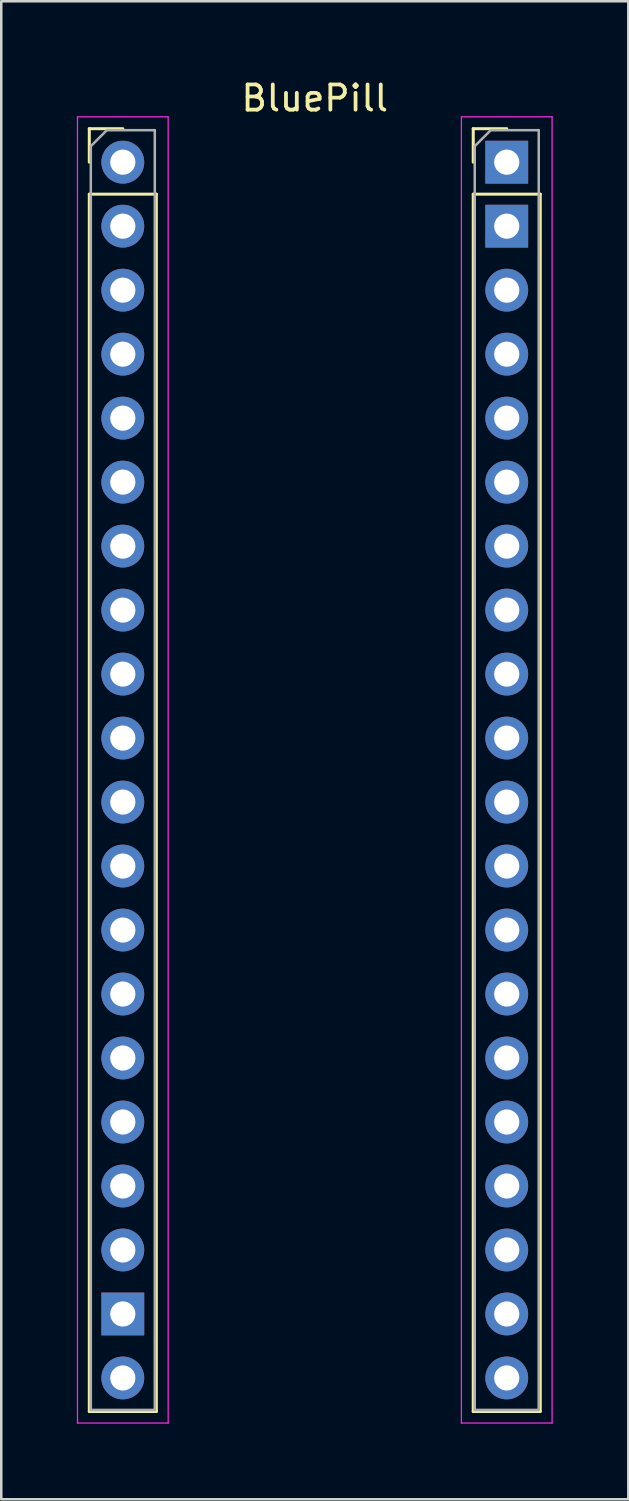
<source format=kicad_pcb>
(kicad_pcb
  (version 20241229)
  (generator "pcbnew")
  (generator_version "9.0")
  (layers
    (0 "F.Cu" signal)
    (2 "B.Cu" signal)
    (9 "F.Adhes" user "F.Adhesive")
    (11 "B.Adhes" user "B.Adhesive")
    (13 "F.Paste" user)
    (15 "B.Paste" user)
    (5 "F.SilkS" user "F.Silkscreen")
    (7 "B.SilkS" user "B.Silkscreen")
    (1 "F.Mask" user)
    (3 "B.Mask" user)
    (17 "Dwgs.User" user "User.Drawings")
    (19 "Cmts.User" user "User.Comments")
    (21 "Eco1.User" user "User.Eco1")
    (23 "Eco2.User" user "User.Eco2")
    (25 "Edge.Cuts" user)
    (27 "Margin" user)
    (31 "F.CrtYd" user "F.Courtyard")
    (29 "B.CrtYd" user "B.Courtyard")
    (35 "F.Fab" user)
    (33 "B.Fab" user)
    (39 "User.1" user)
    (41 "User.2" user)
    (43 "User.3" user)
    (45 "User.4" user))
  (footprint "BluePill"
    (layer "F.Cu")
    (at 17.065 3.388)
    (property "Reference" "BluePill" (at -7.62 -2.54 0) (layer "F.SilkS") (effects (font (size 1 1) (thickness 0.15))))
    (attr through_hole)
    (fp_line (start -16.57 -1.33) (end -15.24 -1.33) (stroke (width 0.12) (type solid)) (layer "F.SilkS"))
    (fp_line (start -16.57 0) (end -16.57 -1.33) (stroke (width 0.12) (type solid)) (layer "F.SilkS"))
    (fp_line (start -16.57 1.27) (end -16.57 49.59) (stroke (width 0.12) (type solid)) (layer "F.SilkS"))
    (fp_line (start -16.57 1.27) (end -13.91 1.27) (stroke (width 0.12) (type solid)) (layer "F.SilkS"))
    (fp_line (start -16.57 49.59) (end -13.91 49.59) (stroke (width 0.12) (type solid)) (layer "F.SilkS"))
    (fp_line (start -13.91 1.27) (end -13.91 49.59) (stroke (width 0.12) (type solid)) (layer "F.SilkS"))
    (fp_line (start -1.33 -1.33) (end 0 -1.33) (stroke (width 0.12) (type solid)) (layer "F.SilkS"))
    (fp_line (start -1.33 0) (end -1.33 -1.33) (stroke (width 0.12) (type solid)) (layer "F.SilkS"))
    (fp_line (start -1.33 1.27) (end -1.33 49.59) (stroke (width 0.12) (type solid)) (layer "F.SilkS"))
    (fp_line (start -1.33 1.27) (end 1.33 1.27) (stroke (width 0.12) (type solid)) (layer "F.SilkS"))
    (fp_line (start -1.33 49.59) (end 1.33 49.59) (stroke (width 0.12) (type solid)) (layer "F.SilkS"))
    (fp_line (start 1.33 1.27) (end 1.33 49.59) (stroke (width 0.12) (type solid)) (layer "F.SilkS"))
    (fp_line (start -17.04 -1.8) (end -17.04 50.05) (stroke (width 0.05) (type solid)) (layer "F.CrtYd"))
    (fp_line (start -17.04 50.05) (end -13.44 50.05) (stroke (width 0.05) (type solid)) (layer "F.CrtYd"))
    (fp_line (start -13.44 -1.8) (end -17.04 -1.8) (stroke (width 0.05) (type solid)) (layer "F.CrtYd"))
    (fp_line (start -13.44 50.05) (end -13.44 -1.8) (stroke (width 0.05) (type solid)) (layer "F.CrtYd"))
    (fp_line (start -1.8 -1.8) (end -1.8 50.05) (stroke (width 0.05) (type solid)) (layer "F.CrtYd"))
    (fp_line (start -1.8 50.05) (end 1.8 50.05) (stroke (width 0.05) (type solid)) (layer "F.CrtYd"))
    (fp_line (start 1.8 -1.8) (end -1.8 -1.8) (stroke (width 0.05) (type solid)) (layer "F.CrtYd"))
    (fp_line (start 1.8 50.05) (end 1.8 -1.8) (stroke (width 0.05) (type solid)) (layer "F.CrtYd"))
    (fp_line (start -16.51 -0.635) (end -15.875 -1.27) (stroke (width 0.1) (type solid)) (layer "F.Fab"))
    (fp_line (start -16.51 49.53) (end -16.51 -0.635) (stroke (width 0.1) (type solid)) (layer "F.Fab"))
    (fp_line (start -15.875 -1.27) (end -13.97 -1.27) (stroke (width 0.1) (type solid)) (layer "F.Fab"))
    (fp_line (start -13.97 -1.27) (end -13.97 49.53) (stroke (width 0.1) (type solid)) (layer "F.Fab"))
    (fp_line (start -13.97 49.53) (end -16.51 49.53) (stroke (width 0.1) (type solid)) (layer "F.Fab"))
    (fp_line (start -1.27 -0.635) (end -0.635 -1.27) (stroke (width 0.1) (type solid)) (layer "F.Fab"))
    (fp_line (start -1.27 49.53) (end -1.27 -0.635) (stroke (width 0.1) (type solid)) (layer "F.Fab"))
    (fp_line (start -0.635 -1.27) (end 1.27 -1.27) (stroke (width 0.1) (type solid)) (layer "F.Fab"))
    (fp_line (start 1.27 -1.27) (end 1.27 49.53) (stroke (width 0.1) (type solid)) (layer "F.Fab"))
    (fp_line (start 1.27 49.53) (end -1.27 49.53) (stroke (width 0.1) (type solid)) (layer "F.Fab"))
    (pad "3V3" thru_hole oval (at -15.24 48.26) (size 1.7 1.7) (drill 1) (layers "*.Cu" "*.Mask"))
    (pad "3V3" thru_hole oval (at 0 5.08) (size 1.7 1.7) (drill 1) (layers "*.Cu" "*.Mask"))
    (pad "5V" thru_hole oval (at -15.24 43.18) (size 1.7 1.7) (drill 1) (layers "*.Cu" "*.Mask"))
    (pad "GND" thru_hole rect (at -15.24 45.72) (size 1.7 1.7) (drill 1) (layers "*.Cu" "*.Mask"))
    (pad "GND" thru_hole rect (at 0 0) (size 1.7 1.7) (drill 1) (layers "*.Cu" "*.Mask"))
    (pad "GND" thru_hole rect (at 0 2.54) (size 1.7 1.7) (drill 1) (layers "*.Cu" "*.Mask"))
    (pad "PA0" thru_hole oval (at 0 38.1) (size 1.7 1.7) (drill 1) (layers "*.Cu" "*.Mask"))
    (pad "PA1" thru_hole oval (at 0 35.56) (size 1.7 1.7) (drill 1) (layers "*.Cu" "*.Mask"))
    (pad "PA2" thru_hole oval (at 0 33.02) (size 1.7 1.7) (drill 1) (layers "*.Cu" "*.Mask"))
    (pad "PA3" thru_hole oval (at 0 30.48) (size 1.7 1.7) (drill 1) (layers "*.Cu" "*.Mask"))
    (pad "PA4" thru_hole oval (at 0 27.94) (size 1.7 1.7) (drill 1) (layers "*.Cu" "*.Mask"))
    (pad "PA5" thru_hole oval (at 0 25.4) (size 1.7 1.7) (drill 1) (layers "*.Cu" "*.Mask"))
    (pad "PA6" thru_hole oval (at 0 22.86) (size 1.7 1.7) (drill 1) (layers "*.Cu" "*.Mask"))
    (pad "PA7" thru_hole oval (at 0 20.32) (size 1.7 1.7) (drill 1) (layers "*.Cu" "*.Mask"))
    (pad "PA8" thru_hole oval (at -15.24 10.16) (size 1.7 1.7) (drill 1) (layers "*.Cu" "*.Mask"))
    (pad "PA9" thru_hole oval (at -15.24 12.7) (size 1.7 1.7) (drill 1) (layers "*.Cu" "*.Mask"))
    (pad "PA10" thru_hole oval (at -15.24 15.24) (size 1.7 1.7) (drill 1) (layers "*.Cu" "*.Mask"))
    (pad "PA11" thru_hole oval (at -15.24 17.78) (size 1.7 1.7) (drill 1) (layers "*.Cu" "*.Mask"))
    (pad "PA12" thru_hole oval (at -15.24 20.32) (size 1.7 1.7) (drill 1) (layers "*.Cu" "*.Mask"))
    (pad "PA15" thru_hole oval (at -15.24 22.86) (size 1.7 1.7) (drill 1) (layers "*.Cu" "*.Mask"))
    (pad "PB0" thru_hole oval (at 0 17.78) (size 1.7 1.7) (drill 1) (layers "*.Cu" "*.Mask"))
    (pad "PB1" thru_hole oval (at 0 15.24) (size 1.7 1.7) (drill 1) (layers "*.Cu" "*.Mask"))
    (pad "PB3" thru_hole oval (at -15.24 25.4) (size 1.7 1.7) (drill 1) (layers "*.Cu" "*.Mask"))
    (pad "PB4" thru_hole oval (at -15.24 27.94) (size 1.7 1.7) (drill 1) (layers "*.Cu" "*.Mask"))
    (pad "PB5" thru_hole oval (at -15.24 30.48) (size 1.7 1.7) (drill 1) (layers "*.Cu" "*.Mask"))
    (pad "PB6" thru_hole oval (at -15.24 33.02) (size 1.7 1.7) (drill 1) (layers "*.Cu" "*.Mask"))
    (pad "PB7" thru_hole oval (at -15.24 35.56) (size 1.7 1.7) (drill 1) (layers "*.Cu" "*.Mask"))
    (pad "PB8" thru_hole oval (at -15.24 38.1) (size 1.7 1.7) (drill 1) (layers "*.Cu" "*.Mask"))
    (pad "PB9" thru_hole oval (at -15.24 40.64) (size 1.7 1.7) (drill 1) (layers "*.Cu" "*.Mask"))
    (pad "PB10" thru_hole oval (at 0 12.7) (size 1.7 1.7) (drill 1) (layers "*.Cu" "*.Mask"))
    (pad "PB11" thru_hole oval (at 0 10.16) (size 1.7 1.7) (drill 1) (layers "*.Cu" "*.Mask"))
    (pad "PB12" thru_hole circle (at -15.24 0) (size 1.7 1.7) (drill 1) (layers "*.Cu" "*.Mask"))
    (pad "PB13" thru_hole oval (at -15.24 2.54) (size 1.7 1.7) (drill 1) (layers "*.Cu" "*.Mask"))
    (pad "PB14" thru_hole oval (at -15.24 5.08) (size 1.7 1.7) (drill 1) (layers "*.Cu" "*.Mask"))
    (pad "PB15" thru_hole oval (at -15.24 7.62) (size 1.7 1.7) (drill 1) (layers "*.Cu" "*.Mask"))
    (pad "PC13" thru_hole oval (at 0 45.72) (size 1.7 1.7) (drill 1) (layers "*.Cu" "*.Mask"))
    (pad "PC14" thru_hole oval (at 0 43.18) (size 1.7 1.7) (drill 1) (layers "*.Cu" "*.Mask"))
    (pad "PC15" thru_hole oval (at 0 40.64) (size 1.7 1.7) (drill 1) (layers "*.Cu" "*.Mask"))
    (pad "RST" thru_hole oval (at 0 7.62) (size 1.7 1.7) (drill 1) (layers "*.Cu" "*.Mask"))
    (pad "VBAT" thru_hole oval (at 0 48.26) (size 1.7 1.7) (drill 1) (layers "*.Cu" "*.Mask")))
  (gr_rect
    (start -3 -3)
    (end 21.89 56.463)
    (stroke (width 0.1) (type default))
    (fill no)
    (layer "Edge.Cuts")))
</source>
